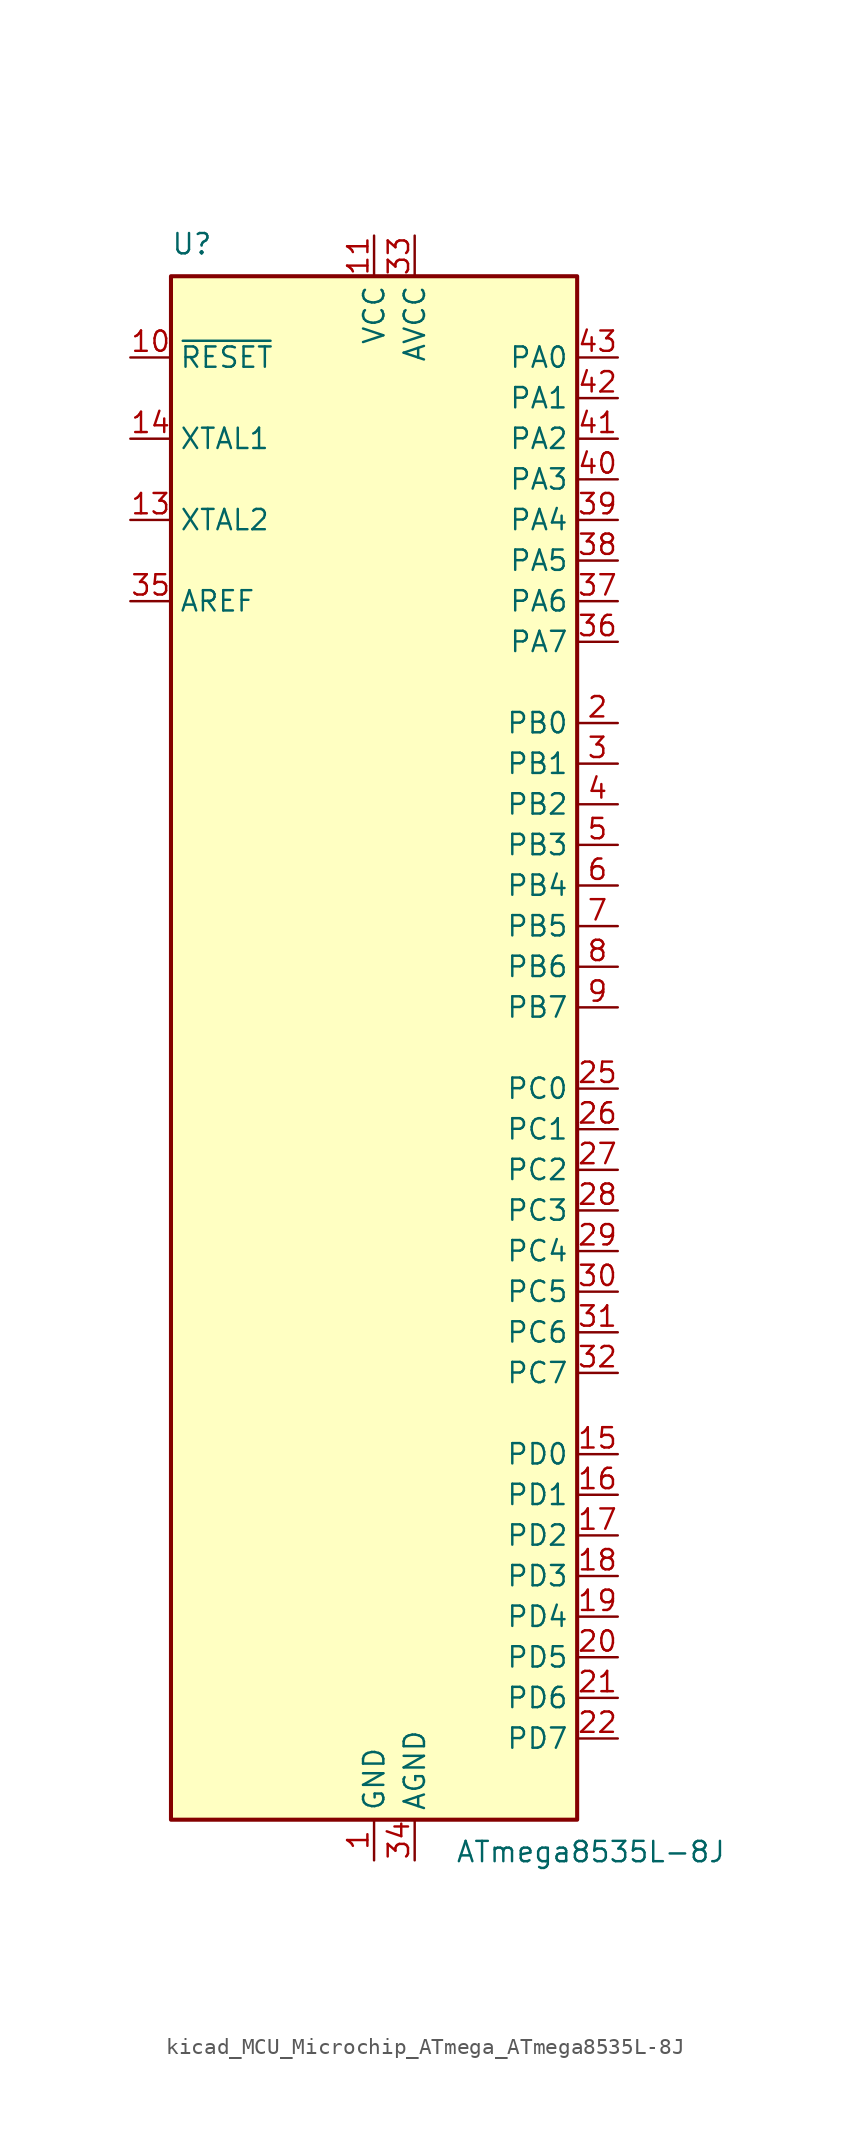
<source format=kicad_sym>
(kicad_symbol_lib
  (version 20220914)
  (generator kicad_symbol_editor)
  (symbol "kicad_MCU_Microchip_ATmega_ATmega8535L-8J"
    (property "Reference" "U"
      (at -12.7 49.53 0)
      (effects (font (size 1.27 1.27)) (justify left bottom)))
    (property "Value" "ATmega8535L-8J"
      (at 5.08 -49.53 0)
      (effects (font (size 1.27 1.27)) (justify left top)))
    (symbol "kicad_MCU_Microchip_ATmega_ATmega8535L-8J_0_1"
      (rectangle (start -12.7 -48.26) (end 12.7 48.26) (stroke (width 0.254) (type default)) (fill (type background))))
    (symbol "kicad_MCU_Microchip_ATmega_ATmega8535L-8J_1_1"
      (pin power_in line (at 0 -50.8 90) (length 2.54) (name "GND" (effects (font (size 1.27 1.27)))) (number "1" (effects (font (size 1.27 1.27)))))
      (pin input line (at -15.24 43.18 0) (length 2.54) (name "~{RESET}" (effects (font (size 1.27 1.27)))) (number "10" (effects (font (size 1.27 1.27)))))
      (pin power_in line (at 0 50.8 270) (length 2.54) (name "VCC" (effects (font (size 1.27 1.27)))) (number "11" (effects (font (size 1.27 1.27)))))
      (pin passive line (at 0 -50.8 90) (length 2.54) hide (name "GND" (effects (font (size 1.27 1.27)))) (number "12" (effects (font (size 1.27 1.27)))))
      (pin output line (at -15.24 33.02 0) (length 2.54) (name "XTAL2" (effects (font (size 1.27 1.27)))) (number "13" (effects (font (size 1.27 1.27)))))
      (pin input line (at -15.24 38.1 0) (length 2.54) (name "XTAL1" (effects (font (size 1.27 1.27)))) (number "14" (effects (font (size 1.27 1.27)))))
      (pin bidirectional line (at 15.24 -25.4 180) (length 2.54) (name "PD0" (effects (font (size 1.27 1.27)))) (number "15" (effects (font (size 1.27 1.27)))))
      (pin bidirectional line (at 15.24 -27.94 180) (length 2.54) (name "PD1" (effects (font (size 1.27 1.27)))) (number "16" (effects (font (size 1.27 1.27)))))
      (pin bidirectional line (at 15.24 -30.48 180) (length 2.54) (name "PD2" (effects (font (size 1.27 1.27)))) (number "17" (effects (font (size 1.27 1.27)))))
      (pin bidirectional line (at 15.24 -33.02 180) (length 2.54) (name "PD3" (effects (font (size 1.27 1.27)))) (number "18" (effects (font (size 1.27 1.27)))))
      (pin bidirectional line (at 15.24 -35.56 180) (length 2.54) (name "PD4" (effects (font (size 1.27 1.27)))) (number "19" (effects (font (size 1.27 1.27)))))
      (pin bidirectional line (at 15.24 20.32 180) (length 2.54) (name "PB0" (effects (font (size 1.27 1.27)))) (number "2" (effects (font (size 1.27 1.27)))))
      (pin bidirectional line (at 15.24 -38.1 180) (length 2.54) (name "PD5" (effects (font (size 1.27 1.27)))) (number "20" (effects (font (size 1.27 1.27)))))
      (pin bidirectional line (at 15.24 -40.64 180) (length 2.54) (name "PD6" (effects (font (size 1.27 1.27)))) (number "21" (effects (font (size 1.27 1.27)))))
      (pin bidirectional line (at 15.24 -43.18 180) (length 2.54) (name "PD7" (effects (font (size 1.27 1.27)))) (number "22" (effects (font (size 1.27 1.27)))))
      (pin passive line (at 0 50.8 270) (length 2.54) hide (name "VCC" (effects (font (size 1.27 1.27)))) (number "23" (effects (font (size 1.27 1.27)))))
      (pin passive line (at 0 -50.8 90) (length 2.54) hide (name "GND" (effects (font (size 1.27 1.27)))) (number "24" (effects (font (size 1.27 1.27)))))
      (pin bidirectional line (at 15.24 -2.54 180) (length 2.54) (name "PC0" (effects (font (size 1.27 1.27)))) (number "25" (effects (font (size 1.27 1.27)))))
      (pin bidirectional line (at 15.24 -5.08 180) (length 2.54) (name "PC1" (effects (font (size 1.27 1.27)))) (number "26" (effects (font (size 1.27 1.27)))))
      (pin bidirectional line (at 15.24 -7.62 180) (length 2.54) (name "PC2" (effects (font (size 1.27 1.27)))) (number "27" (effects (font (size 1.27 1.27)))))
      (pin bidirectional line (at 15.24 -10.16 180) (length 2.54) (name "PC3" (effects (font (size 1.27 1.27)))) (number "28" (effects (font (size 1.27 1.27)))))
      (pin bidirectional line (at 15.24 -12.7 180) (length 2.54) (name "PC4" (effects (font (size 1.27 1.27)))) (number "29" (effects (font (size 1.27 1.27)))))
      (pin bidirectional line (at 15.24 17.78 180) (length 2.54) (name "PB1" (effects (font (size 1.27 1.27)))) (number "3" (effects (font (size 1.27 1.27)))))
      (pin bidirectional line (at 15.24 -15.24 180) (length 2.54) (name "PC5" (effects (font (size 1.27 1.27)))) (number "30" (effects (font (size 1.27 1.27)))))
      (pin bidirectional line (at 15.24 -17.78 180) (length 2.54) (name "PC6" (effects (font (size 1.27 1.27)))) (number "31" (effects (font (size 1.27 1.27)))))
      (pin bidirectional line (at 15.24 -20.32 180) (length 2.54) (name "PC7" (effects (font (size 1.27 1.27)))) (number "32" (effects (font (size 1.27 1.27)))))
      (pin power_in line (at 2.54 50.8 270) (length 2.54) (name "AVCC" (effects (font (size 1.27 1.27)))) (number "33" (effects (font (size 1.27 1.27)))))
      (pin power_in line (at 2.54 -50.8 90) (length 2.54) (name "AGND" (effects (font (size 1.27 1.27)))) (number "34" (effects (font (size 1.27 1.27)))))
      (pin passive line (at -15.24 27.94 0) (length 2.54) (name "AREF" (effects (font (size 1.27 1.27)))) (number "35" (effects (font (size 1.27 1.27)))))
      (pin bidirectional line (at 15.24 25.4 180) (length 2.54) (name "PA7" (effects (font (size 1.27 1.27)))) (number "36" (effects (font (size 1.27 1.27)))))
      (pin bidirectional line (at 15.24 27.94 180) (length 2.54) (name "PA6" (effects (font (size 1.27 1.27)))) (number "37" (effects (font (size 1.27 1.27)))))
      (pin bidirectional line (at 15.24 30.48 180) (length 2.54) (name "PA5" (effects (font (size 1.27 1.27)))) (number "38" (effects (font (size 1.27 1.27)))))
      (pin bidirectional line (at 15.24 33.02 180) (length 2.54) (name "PA4" (effects (font (size 1.27 1.27)))) (number "39" (effects (font (size 1.27 1.27)))))
      (pin bidirectional line (at 15.24 15.24 180) (length 2.54) (name "PB2" (effects (font (size 1.27 1.27)))) (number "4" (effects (font (size 1.27 1.27)))))
      (pin bidirectional line (at 15.24 35.56 180) (length 2.54) (name "PA3" (effects (font (size 1.27 1.27)))) (number "40" (effects (font (size 1.27 1.27)))))
      (pin bidirectional line (at 15.24 38.1 180) (length 2.54) (name "PA2" (effects (font (size 1.27 1.27)))) (number "41" (effects (font (size 1.27 1.27)))))
      (pin bidirectional line (at 15.24 40.64 180) (length 2.54) (name "PA1" (effects (font (size 1.27 1.27)))) (number "42" (effects (font (size 1.27 1.27)))))
      (pin bidirectional line (at 15.24 43.18 180) (length 2.54) (name "PA0" (effects (font (size 1.27 1.27)))) (number "43" (effects (font (size 1.27 1.27)))))
      (pin passive line (at 0 50.8 270) (length 2.54) hide (name "VCC" (effects (font (size 1.27 1.27)))) (number "44" (effects (font (size 1.27 1.27)))))
      (pin bidirectional line (at 15.24 12.7 180) (length 2.54) (name "PB3" (effects (font (size 1.27 1.27)))) (number "5" (effects (font (size 1.27 1.27)))))
      (pin bidirectional line (at 15.24 10.16 180) (length 2.54) (name "PB4" (effects (font (size 1.27 1.27)))) (number "6" (effects (font (size 1.27 1.27)))))
      (pin bidirectional line (at 15.24 7.62 180) (length 2.54) (name "PB5" (effects (font (size 1.27 1.27)))) (number "7" (effects (font (size 1.27 1.27)))))
      (pin bidirectional line (at 15.24 5.08 180) (length 2.54) (name "PB6" (effects (font (size 1.27 1.27)))) (number "8" (effects (font (size 1.27 1.27)))))
      (pin bidirectional line (at 15.24 2.54 180) (length 2.54) (name "PB7" (effects (font (size 1.27 1.27)))) (number "9" (effects (font (size 1.27 1.27))))))))
</source>
